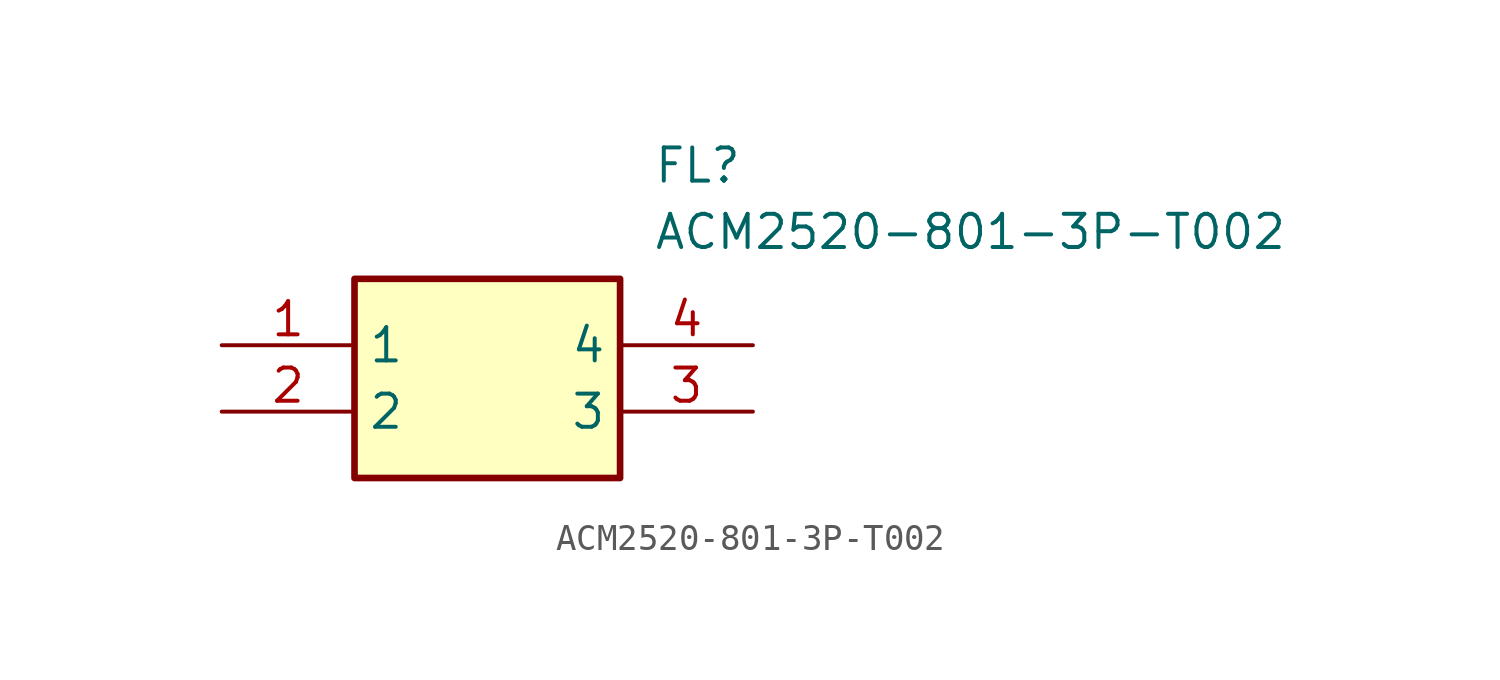
<source format=kicad_sym>
(kicad_symbol_lib
  (version 20211014)
  (generator SamacSys_ECAD_Model)
  (symbol "ACM2520-801-3P-T002"
    (property "Reference" "FL"
      (at 16.51 7.62 0)
      (effects (font (size 1.27 1.27)) (justify left top)))
    (property "Value" "ACM2520-801-3P-T002"
      (at 16.51 5.08 0)
      (effects (font (size 1.27 1.27)) (justify left top)))
    (rectangle
      (start 5.08 2.54)
      (end 15.24 -5.08)
      (stroke (width 0.254) (type default))
      (fill (type background)))
    (pin passive line
      (at 0 0 0)
      (length 5.08)
      (name "1" (effects (font (size 1.27 1.27))))
      (number "1" (effects (font (size 1.27 1.27)))))
    (pin passive line
      (at 0 -2.54 0)
      (length 5.08)
      (name "2" (effects (font (size 1.27 1.27))))
      (number "2" (effects (font (size 1.27 1.27)))))
    (pin passive line
      (at 20.32 -2.54 180)
      (length 5.08)
      (name "3" (effects (font (size 1.27 1.27))))
      (number "3" (effects (font (size 1.27 1.27)))))
    (pin passive line
      (at 20.32 0 180)
      (length 5.08)
      (name "4" (effects (font (size 1.27 1.27))))
      (number "4" (effects (font (size 1.27 1.27)))))))
</source>
